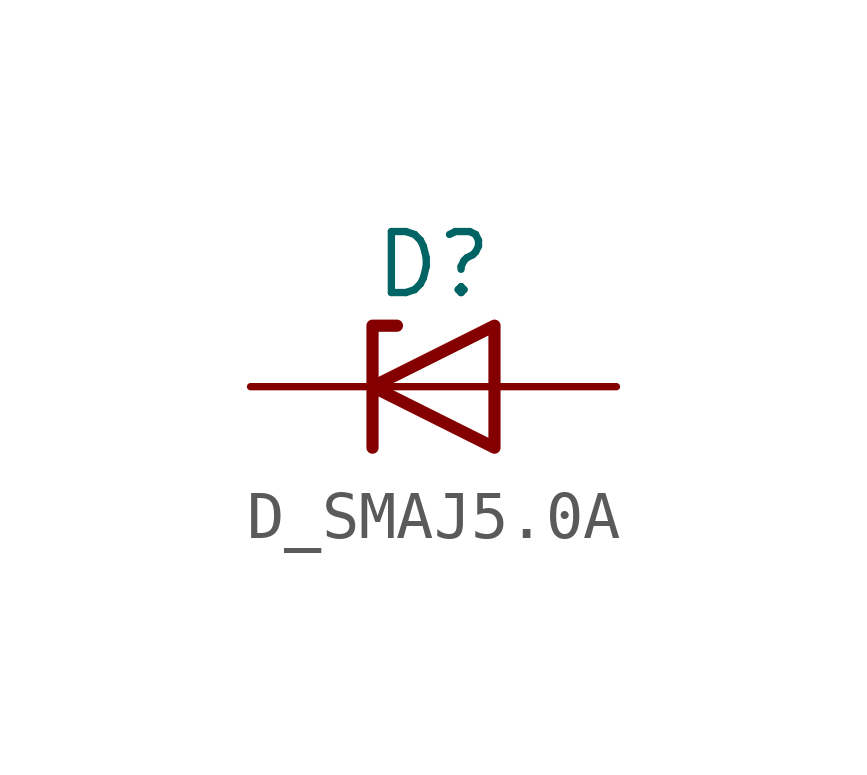
<source format=kicad_sym>
(kicad_symbol_lib
  (version 20220914)
  (generator kicad_symbol_editor)
  (symbol "D_SMAJ5.0A"
    (pin_numbers hide)
    (pin_names
      (offset 1.016) hide)
    (property "Reference" "D"
      (at 0 2.54 0)
      (effects (font (size 1.27 1.27))))
    (symbol "D_SMAJ5.0A_0_1"
      (polyline (pts (xy 1.27 0) (xy -1.27 0)) (stroke (width 0) (type default)) (fill (type none)))
      (polyline (pts (xy -1.27 -1.27) (xy -1.27 1.27) (xy -0.762 1.27)) (stroke (width 0.254) (type default)) (fill (type none)))
      (polyline (pts (xy 1.27 -1.27) (xy 1.27 1.27) (xy -1.27 0) (xy 1.27 -1.27)) (stroke (width 0.254) (type default)) (fill (type none))))
    (symbol "D_SMAJ5.0A_1_1"
      (pin passive line (at -3.81 0 0) (length 2.54) (name "K" (effects (font (size 1.27 1.27)))) (number "1" (effects (font (size 1.27 1.27)))))
      (pin passive line (at 3.81 0 180) (length 2.54) (name "A" (effects (font (size 1.27 1.27)))) (number "2" (effects (font (size 1.27 1.27))))))))
</source>
